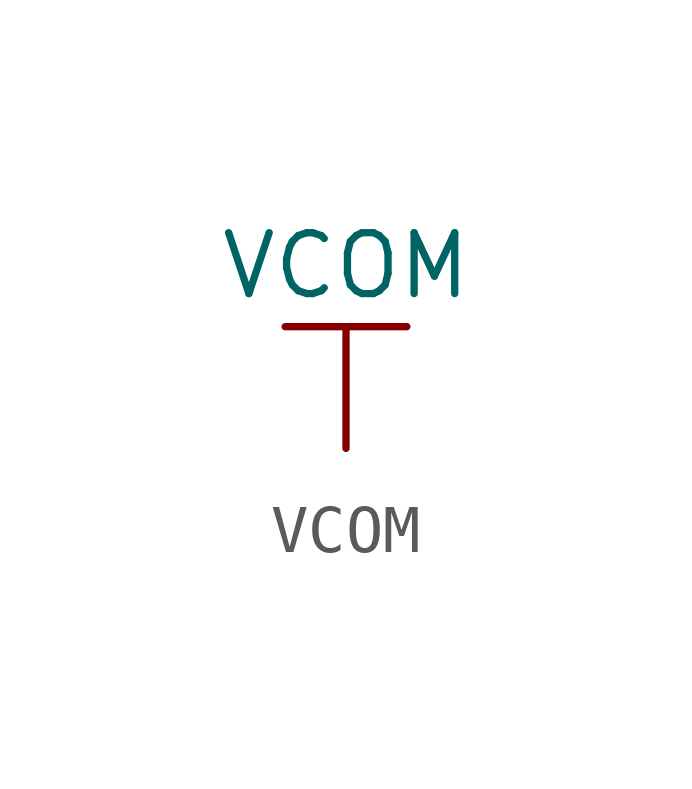
<source format=kicad_sym>
(kicad_symbol_lib
  (version 20220914)
  (generator kicad_symbol_editor)
  (symbol "VCOM"
    (power)
    (pin_names
      (offset 0))
    (property "Reference" "#PWR"
      (at 0 -3.81 0)
      (effects (font (size 1.27 1.27)) hide))
    (property "Value" "VCOM"
      (at 0 3.81 0)
      (effects (font (size 1.27 1.27))))
    (symbol "VCOM_1_1"
      (polyline (pts (xy -1.27 2.54) (xy 1.27 2.54)) (stroke (width 0) (type solid)) (fill (type none)))
      (polyline (pts (xy 0 0) (xy 0 2.54)) (stroke (width 0) (type solid)) (fill (type none)))
      (pin power_in line (at 0 0 90) (length 0) hide (name "VCOM" (effects (font (size 1.27 1.27)))) (number "1" (effects (font (size 1.27 1.27))))))))
</source>
